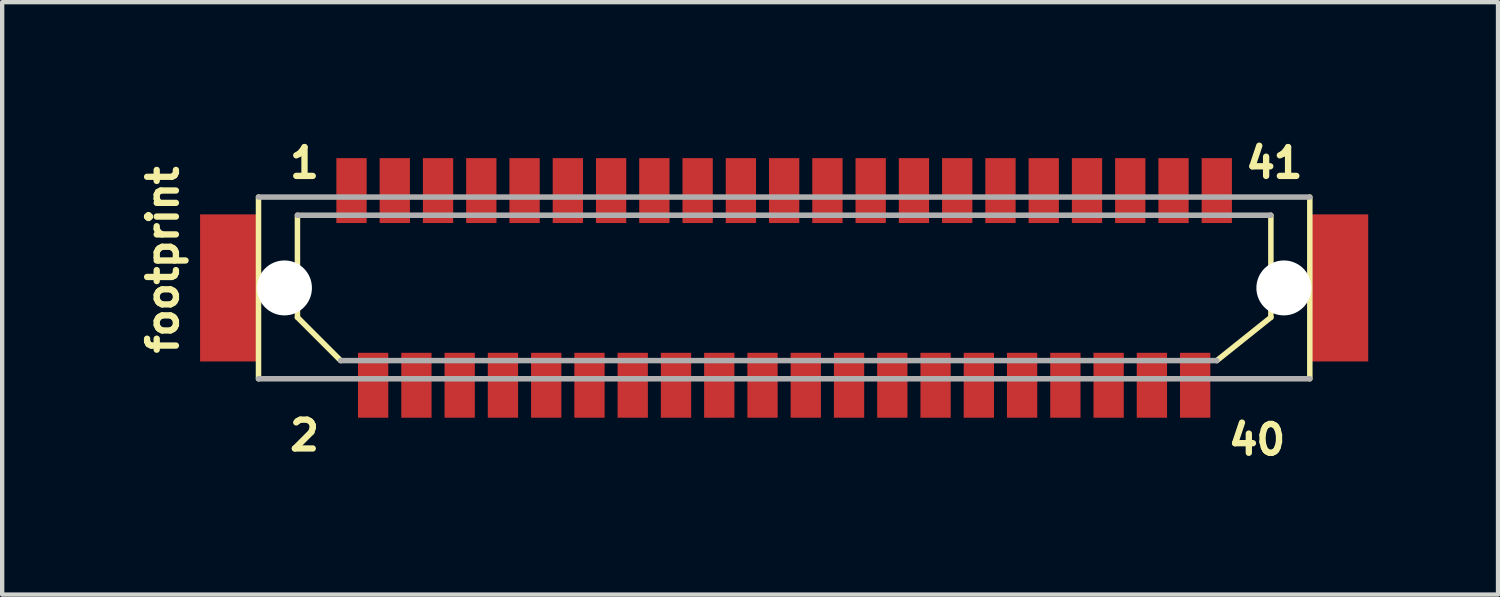
<source format=kicad_pcb>
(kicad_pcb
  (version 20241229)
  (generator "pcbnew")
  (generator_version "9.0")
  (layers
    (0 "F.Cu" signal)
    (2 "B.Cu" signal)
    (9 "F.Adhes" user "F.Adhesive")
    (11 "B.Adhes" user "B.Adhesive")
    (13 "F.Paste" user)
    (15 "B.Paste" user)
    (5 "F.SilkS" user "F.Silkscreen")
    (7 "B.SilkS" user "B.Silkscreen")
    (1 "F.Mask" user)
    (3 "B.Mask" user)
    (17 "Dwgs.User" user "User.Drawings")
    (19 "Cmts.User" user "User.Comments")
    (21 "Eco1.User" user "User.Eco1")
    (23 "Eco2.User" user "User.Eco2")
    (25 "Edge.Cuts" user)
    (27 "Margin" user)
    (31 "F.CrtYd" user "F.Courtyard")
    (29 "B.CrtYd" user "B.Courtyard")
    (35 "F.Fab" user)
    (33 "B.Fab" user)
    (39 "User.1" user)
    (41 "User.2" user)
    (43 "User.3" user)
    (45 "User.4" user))
  (footprint "footprint"
    (layer "F.Cu")
    (at 15.075 3.605)
    (property "Reference" "footprint" (at -13.97 1.587 90) (layer "F.SilkS") (effects (font (size 0.666 0.666) (thickness 0.146)) (justify left bottom)))
    (fp_line (start -12.15 2.1) (end -12.15 -2.1) (stroke (width 0.127) (type solid)) (layer "F.SilkS"))
    (fp_line (start -11.25 0.68) (end -11.25 -1.68) (stroke (width 0.127) (type solid)) (layer "F.SilkS"))
    (fp_line (start -11.25 0.68) (end -10.25 1.68) (stroke (width 0.127) (type solid)) (layer "F.SilkS"))
    (fp_line (start 11.25 -1.68) (end 11.25 0.68) (stroke (width 0.127) (type solid)) (layer "F.SilkS"))
    (fp_line (start 11.25 0.68) (end 10 1.68) (stroke (width 0.127) (type solid)) (layer "F.SilkS"))
    (fp_line (start 12.15 -2.1) (end 12.15 2.1) (stroke (width 0.127) (type solid)) (layer "F.SilkS"))
    (fp_line (start -12.15 -2.1) (end 12.15 -2.1) (stroke (width 0.127) (type solid)) (layer "F.Fab"))
    (fp_line (start -11.25 -1.68) (end 11.25 -1.68) (stroke (width 0.127) (type solid)) (layer "F.Fab"))
    (fp_line (start 10 1.68) (end -10.25 1.68) (stroke (width 0.127) (type solid)) (layer "F.Fab"))
    (fp_line (start 12.15 2.1) (end -12.15 2.1) (stroke (width 0.127) (type solid)) (layer "F.Fab"))
    (fp_text user "1" (at -11.5 -2.5 0) (layer "F.SilkS") (effects (font (size 0.666 0.666) (thickness 0.146)) (justify left bottom)))
    (fp_text user "2" (at -11.5 3.8 0) (layer "F.SilkS") (effects (font (size 0.666 0.666) (thickness 0.146)) (justify left bottom)))
    (fp_text user "40" (at 10.2 3.9 0) (layer "F.SilkS") (effects (font (size 0.666 0.666) (thickness 0.146)) (justify left bottom)))
    (fp_text user "41" (at 10.6 -2.5 0) (layer "F.SilkS") (effects (font (size 0.666 0.666) (thickness 0.146)) (justify left bottom)))
    (pad "" np_thru_hole circle (at -11.55 0) (size 1.27 1.27) (drill 1.27) (layers "*.Cu" "*.Mask"))
    (pad "" np_thru_hole circle (at 11.55 0) (size 1.27 1.27) (drill 1.27) (layers "*.Cu" "*.Mask"))
    (pad "1" smd rect (at -10 -2.25) (size 0.7 1.5) (layers "F.Cu" "F.Mask" "F.Paste"))
    (pad "2" smd rect (at -9.5 2.25) (size 0.7 1.5) (layers "F.Cu" "F.Mask" "F.Paste"))
    (pad "3" smd rect (at -9 -2.25) (size 0.7 1.5) (layers "F.Cu" "F.Mask" "F.Paste"))
    (pad "4" smd rect (at -8.5 2.25) (size 0.7 1.5) (layers "F.Cu" "F.Mask" "F.Paste"))
    (pad "5" smd rect (at -8 -2.25) (size 0.7 1.5) (layers "F.Cu" "F.Mask" "F.Paste"))
    (pad "6" smd rect (at -7.5 2.25) (size 0.7 1.5) (layers "F.Cu" "F.Mask" "F.Paste"))
    (pad "7" smd rect (at -7 -2.25) (size 0.7 1.5) (layers "F.Cu" "F.Mask" "F.Paste"))
    (pad "8" smd rect (at -6.5 2.25) (size 0.7 1.5) (layers "F.Cu" "F.Mask" "F.Paste"))
    (pad "9" smd rect (at -6 -2.25) (size 0.7 1.5) (layers "F.Cu" "F.Mask" "F.Paste"))
    (pad "10" smd rect (at -5.5 2.25) (size 0.7 1.5) (layers "F.Cu" "F.Mask" "F.Paste"))
    (pad "11" smd rect (at -5 -2.25) (size 0.7 1.5) (layers "F.Cu" "F.Mask" "F.Paste"))
    (pad "12" smd rect (at -4.5 2.25) (size 0.7 1.5) (layers "F.Cu" "F.Mask" "F.Paste"))
    (pad "13" smd rect (at -4 -2.25) (size 0.7 1.5) (layers "F.Cu" "F.Mask" "F.Paste"))
    (pad "14" smd rect (at -3.5 2.25) (size 0.7 1.5) (layers "F.Cu" "F.Mask" "F.Paste"))
    (pad "15" smd rect (at -3 -2.25) (size 0.7 1.5) (layers "F.Cu" "F.Mask" "F.Paste"))
    (pad "16" smd rect (at -2.5 2.25) (size 0.7 1.5) (layers "F.Cu" "F.Mask" "F.Paste"))
    (pad "17" smd rect (at -2 -2.25) (size 0.7 1.5) (layers "F.Cu" "F.Mask" "F.Paste"))
    (pad "18" smd rect (at -1.5 2.25) (size 0.7 1.5) (layers "F.Cu" "F.Mask" "F.Paste"))
    (pad "19" smd rect (at -1 -2.25) (size 0.7 1.5) (layers "F.Cu" "F.Mask" "F.Paste"))
    (pad "20" smd rect (at -0.5 2.25) (size 0.7 1.5) (layers "F.Cu" "F.Mask" "F.Paste"))
    (pad "21" smd rect (at 0 -2.25) (size 0.7 1.5) (layers "F.Cu" "F.Mask" "F.Paste"))
    (pad "22" smd rect (at 0.5 2.25) (size 0.7 1.5) (layers "F.Cu" "F.Mask" "F.Paste"))
    (pad "23" smd rect (at 1 -2.25) (size 0.7 1.5) (layers "F.Cu" "F.Mask" "F.Paste"))
    (pad "24" smd rect (at 1.5 2.25) (size 0.7 1.5) (layers "F.Cu" "F.Mask" "F.Paste"))
    (pad "25" smd rect (at 2 -2.25) (size 0.7 1.5) (layers "F.Cu" "F.Mask" "F.Paste"))
    (pad "26" smd rect (at 2.5 2.25) (size 0.7 1.5) (layers "F.Cu" "F.Mask" "F.Paste"))
    (pad "27" smd rect (at 3 -2.25) (size 0.7 1.5) (layers "F.Cu" "F.Mask" "F.Paste"))
    (pad "28" smd rect (at 3.5 2.25) (size 0.7 1.5) (layers "F.Cu" "F.Mask" "F.Paste"))
    (pad "29" smd rect (at 4 -2.25) (size 0.7 1.5) (layers "F.Cu" "F.Mask" "F.Paste"))
    (pad "30" smd rect (at 4.5 2.25) (size 0.7 1.5) (layers "F.Cu" "F.Mask" "F.Paste"))
    (pad "31" smd rect (at 5 -2.25) (size 0.7 1.5) (layers "F.Cu" "F.Mask" "F.Paste"))
    (pad "32" smd rect (at 5.5 2.25) (size 0.7 1.5) (layers "F.Cu" "F.Mask" "F.Paste"))
    (pad "33" smd rect (at 6 -2.25) (size 0.7 1.5) (layers "F.Cu" "F.Mask" "F.Paste"))
    (pad "34" smd rect (at 6.5 2.25) (size 0.7 1.5) (layers "F.Cu" "F.Mask" "F.Paste"))
    (pad "35" smd rect (at 7 -2.25) (size 0.7 1.5) (layers "F.Cu" "F.Mask" "F.Paste"))
    (pad "36" smd rect (at 7.5 2.25) (size 0.7 1.5) (layers "F.Cu" "F.Mask" "F.Paste"))
    (pad "37" smd rect (at 8 -2.25) (size 0.7 1.5) (layers "F.Cu" "F.Mask" "F.Paste"))
    (pad "38" smd rect (at 8.5 2.25) (size 0.7 1.5) (layers "F.Cu" "F.Mask" "F.Paste"))
    (pad "39" smd rect (at 9 -2.25) (size 0.7 1.5) (layers "F.Cu" "F.Mask" "F.Paste"))
    (pad "40" smd rect (at 9.5 2.25) (size 0.7 1.5) (layers "F.Cu" "F.Mask" "F.Paste"))
    (pad "41" smd rect (at 10 -2.25) (size 0.7 1.5) (layers "F.Cu" "F.Mask" "F.Paste"))
    (pad "M1" smd rect (at -12.85 0) (size 1.3 3.4) (layers "F.Cu" "F.Mask" "F.Paste"))
    (pad "M2" smd rect (at 12.85 0) (size 1.3 3.4) (layers "F.Cu" "F.Mask" "F.Paste")))
  (gr_rect
    (start -3 -3)
    (end 31.575 10.693)
    (stroke (width 0.1) (type default))
    (fill no)
    (layer "Edge.Cuts")))
</source>
